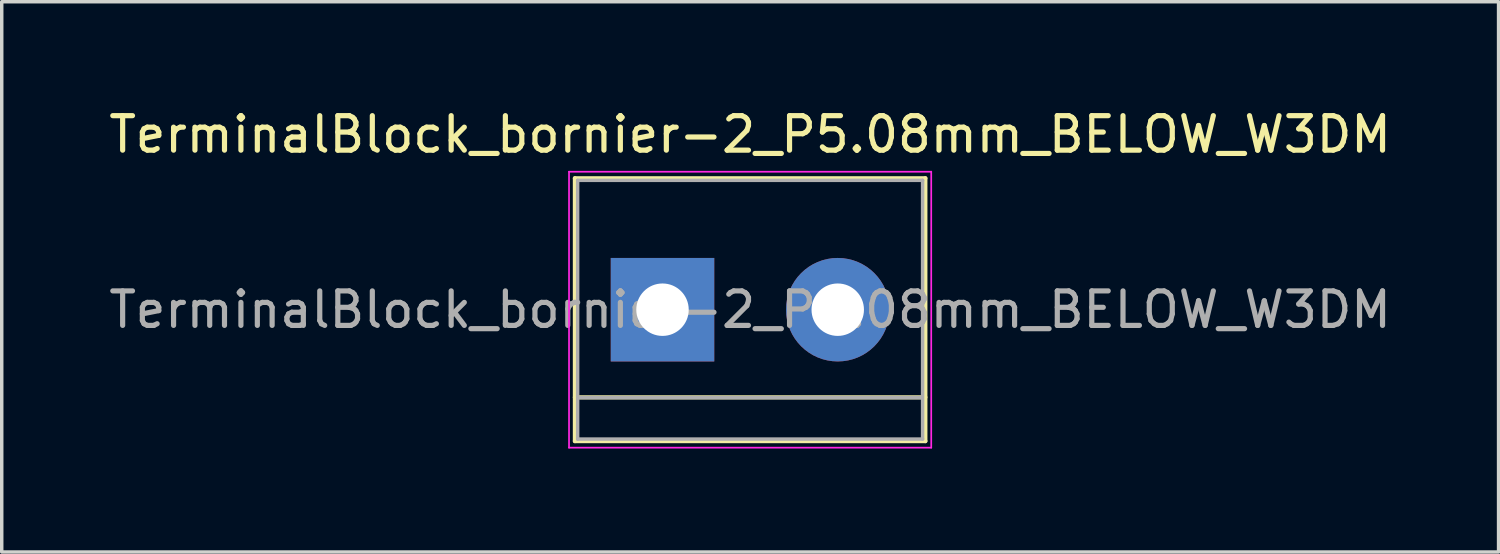
<source format=kicad_pcb>
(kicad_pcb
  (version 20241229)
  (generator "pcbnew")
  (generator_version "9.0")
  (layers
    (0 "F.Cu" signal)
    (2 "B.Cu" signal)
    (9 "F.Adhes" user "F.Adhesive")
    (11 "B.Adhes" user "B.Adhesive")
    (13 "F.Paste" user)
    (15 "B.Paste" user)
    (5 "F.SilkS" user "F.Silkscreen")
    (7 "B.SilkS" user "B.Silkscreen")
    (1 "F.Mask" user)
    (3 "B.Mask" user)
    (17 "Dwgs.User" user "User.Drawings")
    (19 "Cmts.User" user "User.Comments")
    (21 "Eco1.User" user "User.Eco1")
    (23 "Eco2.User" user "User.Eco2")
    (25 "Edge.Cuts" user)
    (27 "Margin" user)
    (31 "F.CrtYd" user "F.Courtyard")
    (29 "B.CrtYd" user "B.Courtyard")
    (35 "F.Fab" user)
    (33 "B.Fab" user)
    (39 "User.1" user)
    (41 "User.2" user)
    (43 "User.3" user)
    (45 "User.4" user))
  (footprint "TerminalBlock_bornier-2_P5.08mm_BELOW_W3DM"
    (layer "F.Cu")
    (at 16.156 5.928)
    (property "Reference" "TerminalBlock_bornier-2_P5.08mm_BELOW_W3DM" (at 2.54 -5.08 0) (layer "F.SilkS") (effects (font (size 1 1) (thickness 0.15))))
    (attr through_hole)
    (fp_line (start -2.54 -3.81) (end -2.54 3.81) (stroke (width 0.12) (type solid)) (layer "F.SilkS"))
    (fp_line (start -2.54 3.81) (end 7.62 3.81) (stroke (width 0.12) (type solid)) (layer "F.SilkS"))
    (fp_line (start 7.62 -3.81) (end -2.54 -3.81) (stroke (width 0.12) (type solid)) (layer "F.SilkS"))
    (fp_line (start 7.62 2.54) (end -2.54 2.54) (stroke (width 0.12) (type solid)) (layer "F.SilkS"))
    (fp_line (start 7.62 3.81) (end 7.62 -3.81) (stroke (width 0.12) (type solid)) (layer "F.SilkS"))
    (fp_line (start -2.71 -4) (end -2.71 4) (stroke (width 0.05) (type solid)) (layer "F.CrtYd"))
    (fp_line (start -2.71 -4) (end 7.79 -4) (stroke (width 0.05) (type solid)) (layer "F.CrtYd"))
    (fp_line (start 7.79 4) (end -2.71 4) (stroke (width 0.05) (type solid)) (layer "F.CrtYd"))
    (fp_line (start 7.79 4) (end 7.79 -4) (stroke (width 0.05) (type solid)) (layer "F.CrtYd"))
    (fp_line (start -2.46 -3.75) (end -2.46 3.75) (stroke (width 0.1) (type solid)) (layer "F.Fab"))
    (fp_line (start -2.46 3.75) (end 7.54 3.75) (stroke (width 0.1) (type solid)) (layer "F.Fab"))
    (fp_line (start -2.41 2.55) (end 7.49 2.55) (stroke (width 0.1) (type solid)) (layer "F.Fab"))
    (fp_line (start 7.54 -3.75) (end -2.46 -3.75) (stroke (width 0.1) (type solid)) (layer "F.Fab"))
    (fp_line (start 7.54 3.75) (end 7.54 -3.75) (stroke (width 0.1) (type solid)) (layer "F.Fab"))
    (fp_text user "${REFERENCE}" (at 2.54 0 0) (layer "F.Fab") (effects (font (size 1 1) (thickness 0.15))))
    (pad "1" thru_hole rect (at 0 0) (size 3 3) (drill 1.52) (layers "*.Cu" "*.Mask"))
    (pad "2" thru_hole circle (at 5.08 0) (size 3 3) (drill 1.52) (layers "*.Cu" "*.Mask")))
  (gr_rect
    (start -3 -3)
    (end 40.393 12.953)
    (stroke (width 0.1) (type default))
    (fill no)
    (layer "Edge.Cuts")))
</source>
